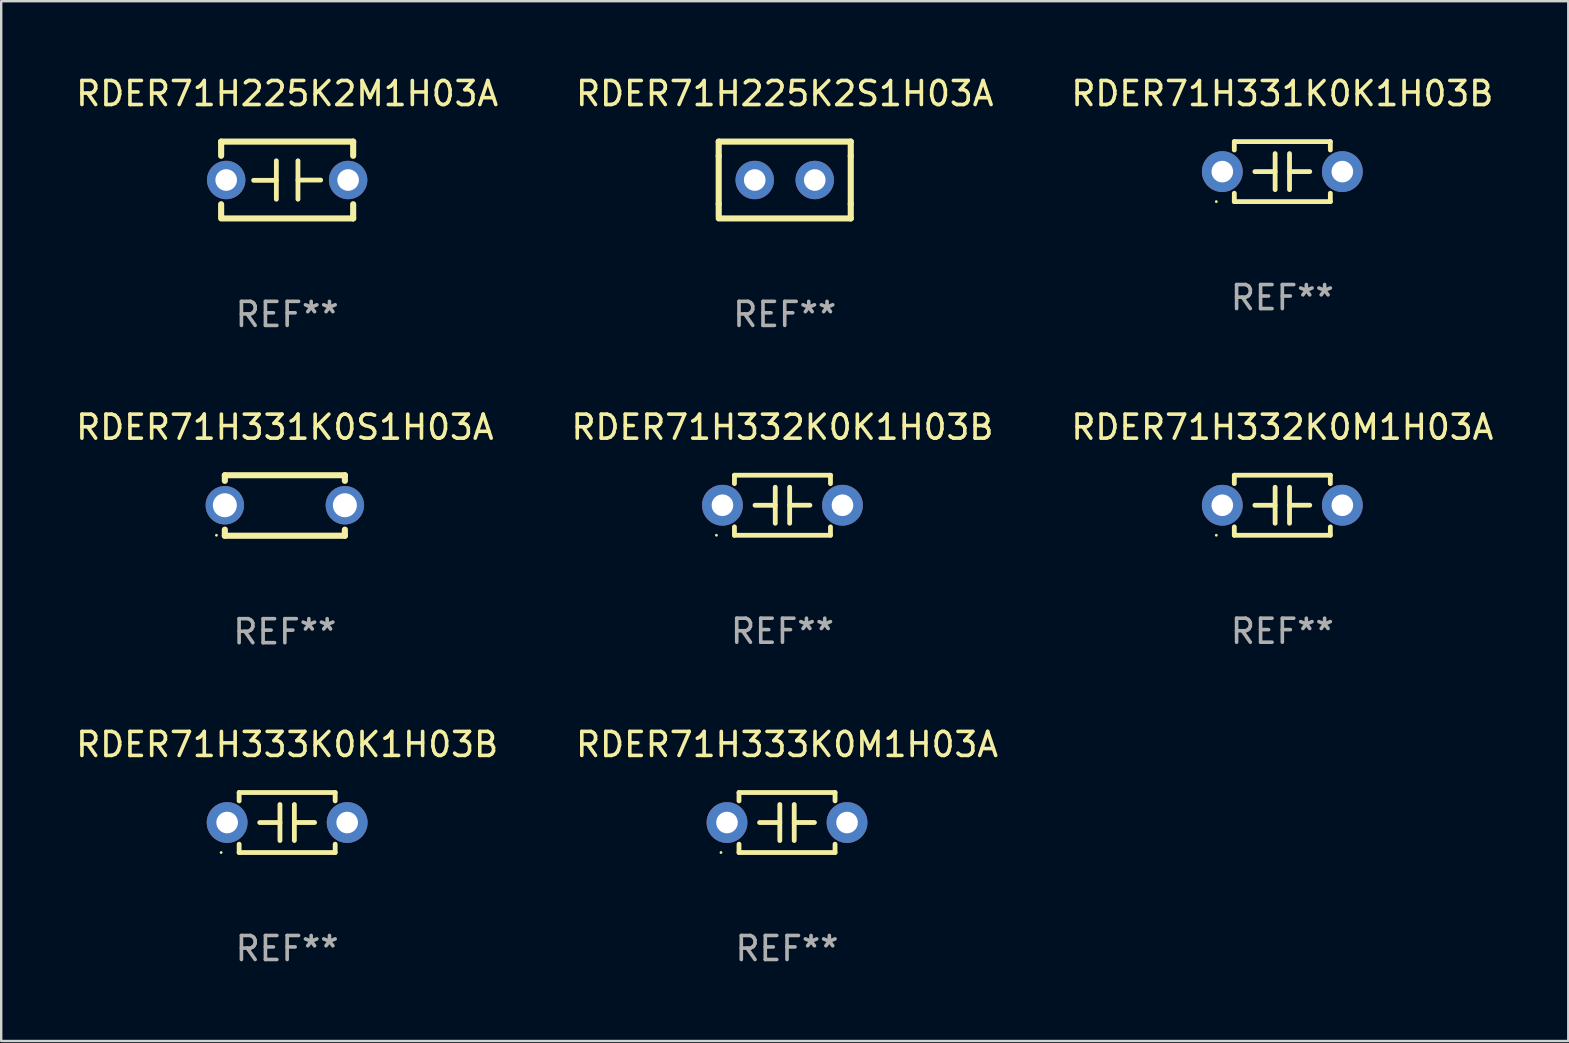
<source format=kicad_pcb>
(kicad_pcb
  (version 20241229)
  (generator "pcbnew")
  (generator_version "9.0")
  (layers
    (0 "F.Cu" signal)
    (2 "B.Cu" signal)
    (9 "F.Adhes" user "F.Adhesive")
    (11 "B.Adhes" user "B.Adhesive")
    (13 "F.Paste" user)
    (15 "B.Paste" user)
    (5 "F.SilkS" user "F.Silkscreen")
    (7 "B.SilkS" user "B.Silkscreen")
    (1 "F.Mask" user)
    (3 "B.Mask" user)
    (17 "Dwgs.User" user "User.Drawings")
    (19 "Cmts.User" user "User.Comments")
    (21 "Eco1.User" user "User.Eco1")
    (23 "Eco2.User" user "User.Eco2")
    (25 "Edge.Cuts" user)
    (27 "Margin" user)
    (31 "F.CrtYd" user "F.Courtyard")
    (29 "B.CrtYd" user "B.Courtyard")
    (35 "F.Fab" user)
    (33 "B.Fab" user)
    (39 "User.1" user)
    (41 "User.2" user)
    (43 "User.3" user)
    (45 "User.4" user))
  (footprint "RDER71H225K2S1H03A"
    (layer "F.Cu")
    (at 29.637 4.448)
    (property "Reference" "RDER71H225K2S1H03A" (at 0 -3.6 0) (layer "F.SilkS") (effects (font (size 1 1) (thickness 0.15))))
    (attr through_hole)
    (fp_line (start -2.75 -1.6) (end -2.75 -1.01) (stroke (width 0.254) (type solid)) (layer "F.SilkS"))
    (fp_line (start -2.75 -1.6) (end 2.75 -1.6) (stroke (width 0.254) (type solid)) (layer "F.SilkS"))
    (fp_line (start -2.75 -1.01) (end -2.75 1.01) (stroke (width 0.254) (type solid)) (layer "F.SilkS"))
    (fp_line (start -2.75 1.01) (end -2.75 1.524) (stroke (width 0.254) (type solid)) (layer "F.SilkS"))
    (fp_line (start -2.75 1.6) (end 2.75 1.6) (stroke (width 0.254) (type solid)) (layer "F.SilkS"))
    (fp_line (start 2.75 -1.6) (end 2.75 -1.01) (stroke (width 0.254) (type solid)) (layer "F.SilkS"))
    (fp_line (start 2.75 -1.01) (end 2.75 1.01) (stroke (width 0.254) (type solid)) (layer "F.SilkS"))
    (fp_line (start 2.75 1.01) (end 2.75 1.6) (stroke (width 0.254) (type solid)) (layer "F.SilkS"))
    (fp_circle (center -2.75 1.6) (end -2.72 1.6) (stroke (width 0.06) (type solid)) (fill no) (layer "F.SilkS"))
    (fp_text user "REF**" (at 0 5.6 0) (layer "F.Fab") (effects (font (size 1 1) (thickness 0.15))))
    (pad "1" thru_hole circle (at -1.25 0) (size 1.6 1.6) (drill 0.9) (layers "*.Cu" "*.Mask"))
    (pad "2" thru_hole circle (at 1.25 0) (size 1.6 1.6) (drill 0.9) (layers "*.Cu" "*.Mask")))
  (footprint "RDER71H332K0K1H03B"
    (layer "F.Cu")
    (at 29.542 17.995)
    (property "Reference" "RDER71H332K0K1H03B" (at 0 -3.25 0) (layer "F.SilkS") (effects (font (size 1 1) (thickness 0.15))))
    (attr through_hole)
    (fp_line (start -2 -1.25) (end -2 -0.901) (stroke (width 0.2) (type solid)) (layer "F.SilkS"))
    (fp_line (start -2 -1.25) (end 2 -1.25) (stroke (width 0.2) (type solid)) (layer "F.SilkS"))
    (fp_line (start -2 0.901) (end -2 1.25) (stroke (width 0.2) (type solid)) (layer "F.SilkS"))
    (fp_line (start -0.3 -0.75) (end -0.3 0.75) (stroke (width 0.2) (type solid)) (layer "F.SilkS"))
    (fp_line (start -0.3 0.001) (end -1.143 0.001) (stroke (width 0.2) (type solid)) (layer "F.SilkS"))
    (fp_line (start 0.3 -0.001) (end 1.143 -0.001) (stroke (width 0.2) (type solid)) (layer "F.SilkS"))
    (fp_line (start 0.3 0.75) (end 0.3 -0.75) (stroke (width 0.2) (type solid)) (layer "F.SilkS"))
    (fp_line (start 2 -1.25) (end 2 -0.901) (stroke (width 0.2) (type solid)) (layer "F.SilkS"))
    (fp_line (start 2 0.901) (end 2 1.25) (stroke (width 0.2) (type solid)) (layer "F.SilkS"))
    (fp_line (start 2 1.25) (end -2 1.25) (stroke (width 0.2) (type solid)) (layer "F.SilkS"))
    (fp_circle (center -2.75 1.25) (end -2.72 1.25) (stroke (width 0.06) (type solid)) (fill no) (layer "F.SilkS"))
    (fp_text user "REF**" (at 0 5.25 0) (layer "F.Fab") (effects (font (size 1 1) (thickness 0.15))))
    (pad "1" thru_hole circle (at -2.5 0) (size 1.7 1.7) (drill 0.9) (layers "*.Cu" "*.Mask"))
    (pad "2" thru_hole circle (at 2.5 0) (size 1.7 1.7) (drill 0.9) (layers "*.Cu" "*.Mask")))
  (footprint "RDER71H332K0M1H03A"
    (layer "F.Cu")
    (at 50.363 17.995)
    (property "Reference" "RDER71H332K0M1H03A" (at 0 -3.25 0) (layer "F.SilkS") (effects (font (size 1 1) (thickness 0.15))))
    (attr through_hole)
    (fp_line (start -2 -1.25) (end -2 -0.901) (stroke (width 0.2) (type solid)) (layer "F.SilkS"))
    (fp_line (start -2 -1.25) (end 2 -1.25) (stroke (width 0.2) (type solid)) (layer "F.SilkS"))
    (fp_line (start -2 0.901) (end -2 1.25) (stroke (width 0.2) (type solid)) (layer "F.SilkS"))
    (fp_line (start -0.3 -0.75) (end -0.3 0.75) (stroke (width 0.2) (type solid)) (layer "F.SilkS"))
    (fp_line (start -0.3 0.001) (end -1.143 0.001) (stroke (width 0.2) (type solid)) (layer "F.SilkS"))
    (fp_line (start 0.3 -0.001) (end 1.143 -0.001) (stroke (width 0.2) (type solid)) (layer "F.SilkS"))
    (fp_line (start 0.3 0.75) (end 0.3 -0.75) (stroke (width 0.2) (type solid)) (layer "F.SilkS"))
    (fp_line (start 2 -1.25) (end 2 -0.901) (stroke (width 0.2) (type solid)) (layer "F.SilkS"))
    (fp_line (start 2 0.901) (end 2 1.25) (stroke (width 0.2) (type solid)) (layer "F.SilkS"))
    (fp_line (start 2 1.25) (end -2 1.25) (stroke (width 0.2) (type solid)) (layer "F.SilkS"))
    (fp_circle (center -2.75 1.25) (end -2.72 1.25) (stroke (width 0.06) (type solid)) (fill no) (layer "F.SilkS"))
    (fp_text user "REF**" (at 0 5.25 0) (layer "F.Fab") (effects (font (size 1 1) (thickness 0.15))))
    (pad "1" thru_hole circle (at -2.5 0) (size 1.7 1.7) (drill 0.9) (layers "*.Cu" "*.Mask"))
    (pad "2" thru_hole circle (at 2.5 0) (size 1.7 1.7) (drill 0.9) (layers "*.Cu" "*.Mask")))
  (footprint "RDER71H331K0S1H03A"
    (layer "F.Cu")
    (at 8.815 18.005)
    (property "Reference" "RDER71H331K0S1H03A" (at 0 -3.26 0) (layer "F.SilkS") (effects (font (size 1 1) (thickness 0.15))))
    (attr through_hole)
    (fp_line (start -2.5 -1.26) (end -2.5 -1.026) (stroke (width 0.254) (type solid)) (layer "F.SilkS"))
    (fp_line (start -2.5 -1.26) (end 2.5 -1.26) (stroke (width 0.254) (type solid)) (layer "F.SilkS"))
    (fp_line (start -2.5 1.26) (end -2.5 1.006) (stroke (width 0.254) (type solid)) (layer "F.SilkS"))
    (fp_line (start 2.5 -1.26) (end 2.5 -1.026) (stroke (width 0.254) (type solid)) (layer "F.SilkS"))
    (fp_line (start 2.5 1.26) (end -2.5 1.26) (stroke (width 0.254) (type solid)) (layer "F.SilkS"))
    (fp_line (start 2.5 1.26) (end 2.5 1.006) (stroke (width 0.254) (type solid)) (layer "F.SilkS"))
    (fp_circle (center -2.85 1.24) (end -2.82 1.24) (stroke (width 0.06) (type solid)) (fill no) (layer "F.SilkS"))
    (fp_text user "REF**" (at 0 5.26 0) (layer "F.Fab") (effects (font (size 1 1) (thickness 0.15))))
    (pad "1" thru_hole circle (at -2.5 -0.01) (size 1.6 1.6) (drill 1) (layers "*.Cu" "*.Mask"))
    (pad "2" thru_hole circle (at 2.5 -0.01) (size 1.6 1.6) (drill 1) (layers "*.Cu" "*.Mask")))
  (footprint "RDER71H333K0M1H03A"
    (layer "F.Cu")
    (at 29.732 31.211)
    (property "Reference" "RDER71H333K0M1H03A" (at 0 -3.25 0) (layer "F.SilkS") (effects (font (size 1 1) (thickness 0.15))))
    (attr through_hole)
    (fp_line (start -2 -1.25) (end -2 -0.901) (stroke (width 0.2) (type solid)) (layer "F.SilkS"))
    (fp_line (start -2 -1.25) (end 2 -1.25) (stroke (width 0.2) (type solid)) (layer "F.SilkS"))
    (fp_line (start -2 0.901) (end -2 1.25) (stroke (width 0.2) (type solid)) (layer "F.SilkS"))
    (fp_line (start -0.3 -0.75) (end -0.3 0.75) (stroke (width 0.2) (type solid)) (layer "F.SilkS"))
    (fp_line (start -0.3 0.001) (end -1.143 0.001) (stroke (width 0.2) (type solid)) (layer "F.SilkS"))
    (fp_line (start 0.3 -0.001) (end 1.143 -0.001) (stroke (width 0.2) (type solid)) (layer "F.SilkS"))
    (fp_line (start 0.3 0.75) (end 0.3 -0.75) (stroke (width 0.2) (type solid)) (layer "F.SilkS"))
    (fp_line (start 2 -1.25) (end 2 -0.901) (stroke (width 0.2) (type solid)) (layer "F.SilkS"))
    (fp_line (start 2 0.901) (end 2 1.25) (stroke (width 0.2) (type solid)) (layer "F.SilkS"))
    (fp_line (start 2 1.25) (end -2 1.25) (stroke (width 0.2) (type solid)) (layer "F.SilkS"))
    (fp_circle (center -2.75 1.25) (end -2.72 1.25) (stroke (width 0.06) (type solid)) (fill no) (layer "F.SilkS"))
    (fp_text user "REF**" (at 0 5.25 0) (layer "F.Fab") (effects (font (size 1 1) (thickness 0.15))))
    (pad "1" thru_hole circle (at -2.5 0) (size 1.7 1.7) (drill 0.9) (layers "*.Cu" "*.Mask"))
    (pad "2" thru_hole circle (at 2.5 0) (size 1.7 1.7) (drill 0.9) (layers "*.Cu" "*.Mask")))
  (footprint "RDER71H331K0K1H03B"
    (layer "F.Cu")
    (at 50.363 4.098)
    (property "Reference" "RDER71H331K0K1H03B" (at 0 -3.25 0) (layer "F.SilkS") (effects (font (size 1 1) (thickness 0.15))))
    (attr through_hole)
    (fp_line (start -2 -1.25) (end -2 -0.901) (stroke (width 0.2) (type solid)) (layer "F.SilkS"))
    (fp_line (start -2 -1.25) (end 2 -1.25) (stroke (width 0.2) (type solid)) (layer "F.SilkS"))
    (fp_line (start -2 0.901) (end -2 1.25) (stroke (width 0.2) (type solid)) (layer "F.SilkS"))
    (fp_line (start -0.3 -0.75) (end -0.3 0.75) (stroke (width 0.2) (type solid)) (layer "F.SilkS"))
    (fp_line (start -0.3 0.001) (end -1.143 0.001) (stroke (width 0.2) (type solid)) (layer "F.SilkS"))
    (fp_line (start 0.3 -0.001) (end 1.143 -0.001) (stroke (width 0.2) (type solid)) (layer "F.SilkS"))
    (fp_line (start 0.3 0.75) (end 0.3 -0.75) (stroke (width 0.2) (type solid)) (layer "F.SilkS"))
    (fp_line (start 2 -1.25) (end 2 -0.901) (stroke (width 0.2) (type solid)) (layer "F.SilkS"))
    (fp_line (start 2 0.901) (end 2 1.25) (stroke (width 0.2) (type solid)) (layer "F.SilkS"))
    (fp_line (start 2 1.25) (end -2 1.25) (stroke (width 0.2) (type solid)) (layer "F.SilkS"))
    (fp_circle (center -2.75 1.25) (end -2.72 1.25) (stroke (width 0.06) (type solid)) (fill no) (layer "F.SilkS"))
    (fp_text user "REF**" (at 0 5.25 0) (layer "F.Fab") (effects (font (size 1 1) (thickness 0.15))))
    (pad "1" thru_hole circle (at -2.5 0) (size 1.7 1.7) (drill 0.9) (layers "*.Cu" "*.Mask"))
    (pad "2" thru_hole circle (at 2.5 0) (size 1.7 1.7) (drill 0.9) (layers "*.Cu" "*.Mask")))
  (footprint "RDER71H333K0K1H03B"
    (layer "F.Cu")
    (at 8.911 31.211)
    (property "Reference" "RDER71H333K0K1H03B" (at 0 -3.25 0) (layer "F.SilkS") (effects (font (size 1 1) (thickness 0.15))))
    (attr through_hole)
    (fp_line (start -2 -1.25) (end -2 -0.901) (stroke (width 0.2) (type solid)) (layer "F.SilkS"))
    (fp_line (start -2 -1.25) (end 2 -1.25) (stroke (width 0.2) (type solid)) (layer "F.SilkS"))
    (fp_line (start -2 0.901) (end -2 1.25) (stroke (width 0.2) (type solid)) (layer "F.SilkS"))
    (fp_line (start -0.3 -0.75) (end -0.3 0.75) (stroke (width 0.2) (type solid)) (layer "F.SilkS"))
    (fp_line (start -0.3 0.001) (end -1.143 0.001) (stroke (width 0.2) (type solid)) (layer "F.SilkS"))
    (fp_line (start 0.3 -0.001) (end 1.143 -0.001) (stroke (width 0.2) (type solid)) (layer "F.SilkS"))
    (fp_line (start 0.3 0.75) (end 0.3 -0.75) (stroke (width 0.2) (type solid)) (layer "F.SilkS"))
    (fp_line (start 2 -1.25) (end 2 -0.901) (stroke (width 0.2) (type solid)) (layer "F.SilkS"))
    (fp_line (start 2 0.901) (end 2 1.25) (stroke (width 0.2) (type solid)) (layer "F.SilkS"))
    (fp_line (start 2 1.25) (end -2 1.25) (stroke (width 0.2) (type solid)) (layer "F.SilkS"))
    (fp_circle (center -2.75 1.25) (end -2.72 1.25) (stroke (width 0.06) (type solid)) (fill no) (layer "F.SilkS"))
    (fp_text user "REF**" (at 0 5.25 0) (layer "F.Fab") (effects (font (size 1 1) (thickness 0.15))))
    (pad "1" thru_hole circle (at -2.5 0) (size 1.7 1.7) (drill 0.9) (layers "*.Cu" "*.Mask"))
    (pad "2" thru_hole circle (at 2.5 0) (size 1.7 1.7) (drill 0.9) (layers "*.Cu" "*.Mask")))
  (footprint "RDER71H225K2M1H03A"
    (layer "F.Cu")
    (at 8.911 4.448)
    (property "Reference" "RDER71H225K2M1H03A" (at 0 -3.6 0) (layer "F.SilkS") (effects (font (size 1 1) (thickness 0.15))))
    (attr through_hole)
    (fp_line (start -2.75 -1.6) (end -2.75 -1.009) (stroke (width 0.254) (type solid)) (layer "F.SilkS"))
    (fp_line (start -2.75 -1.6) (end 2.75 -1.6) (stroke (width 0.254) (type solid)) (layer "F.SilkS"))
    (fp_line (start -2.75 1.009) (end -2.75 1.524) (stroke (width 0.254) (type solid)) (layer "F.SilkS"))
    (fp_line (start -2.75 1.6) (end 2.75 1.6) (stroke (width 0.254) (type solid)) (layer "F.SilkS"))
    (fp_line (start -0.45 -0.8) (end -0.45 0.8) (stroke (width 0.2) (type solid)) (layer "F.SilkS"))
    (fp_line (start -0.45 0.013) (end -1.397 0.013) (stroke (width 0.2) (type solid)) (layer "F.SilkS"))
    (fp_line (start 0.45 0.003) (end 1.397 0.003) (stroke (width 0.2) (type solid)) (layer "F.SilkS"))
    (fp_line (start 0.45 0.8) (end 0.45 -0.8) (stroke (width 0.2) (type solid)) (layer "F.SilkS"))
    (fp_line (start 2.75 -1.6) (end 2.75 -1.009) (stroke (width 0.254) (type solid)) (layer "F.SilkS"))
    (fp_line (start 2.75 1.009) (end 2.75 1.6) (stroke (width 0.254) (type solid)) (layer "F.SilkS"))
    (fp_circle (center -2.79 1.6) (end -2.76 1.6) (stroke (width 0.06) (type solid)) (fill no) (layer "F.SilkS"))
    (fp_text user "REF**" (at 0 5.6 0) (layer "F.Fab") (effects (font (size 1 1) (thickness 0.15))))
    (pad "1" thru_hole circle (at -2.54 0) (size 1.6 1.6) (drill 0.9) (layers "*.Cu" "*.Mask"))
    (pad "2" thru_hole circle (at 2.54 0) (size 1.6 1.6) (drill 0.9) (layers "*.Cu" "*.Mask")))
  (gr_rect
    (start -3 -3)
    (end 62.274 40.31)
    (stroke (width 0.1) (type default))
    (fill no)
    (layer "Edge.Cuts")))
</source>
